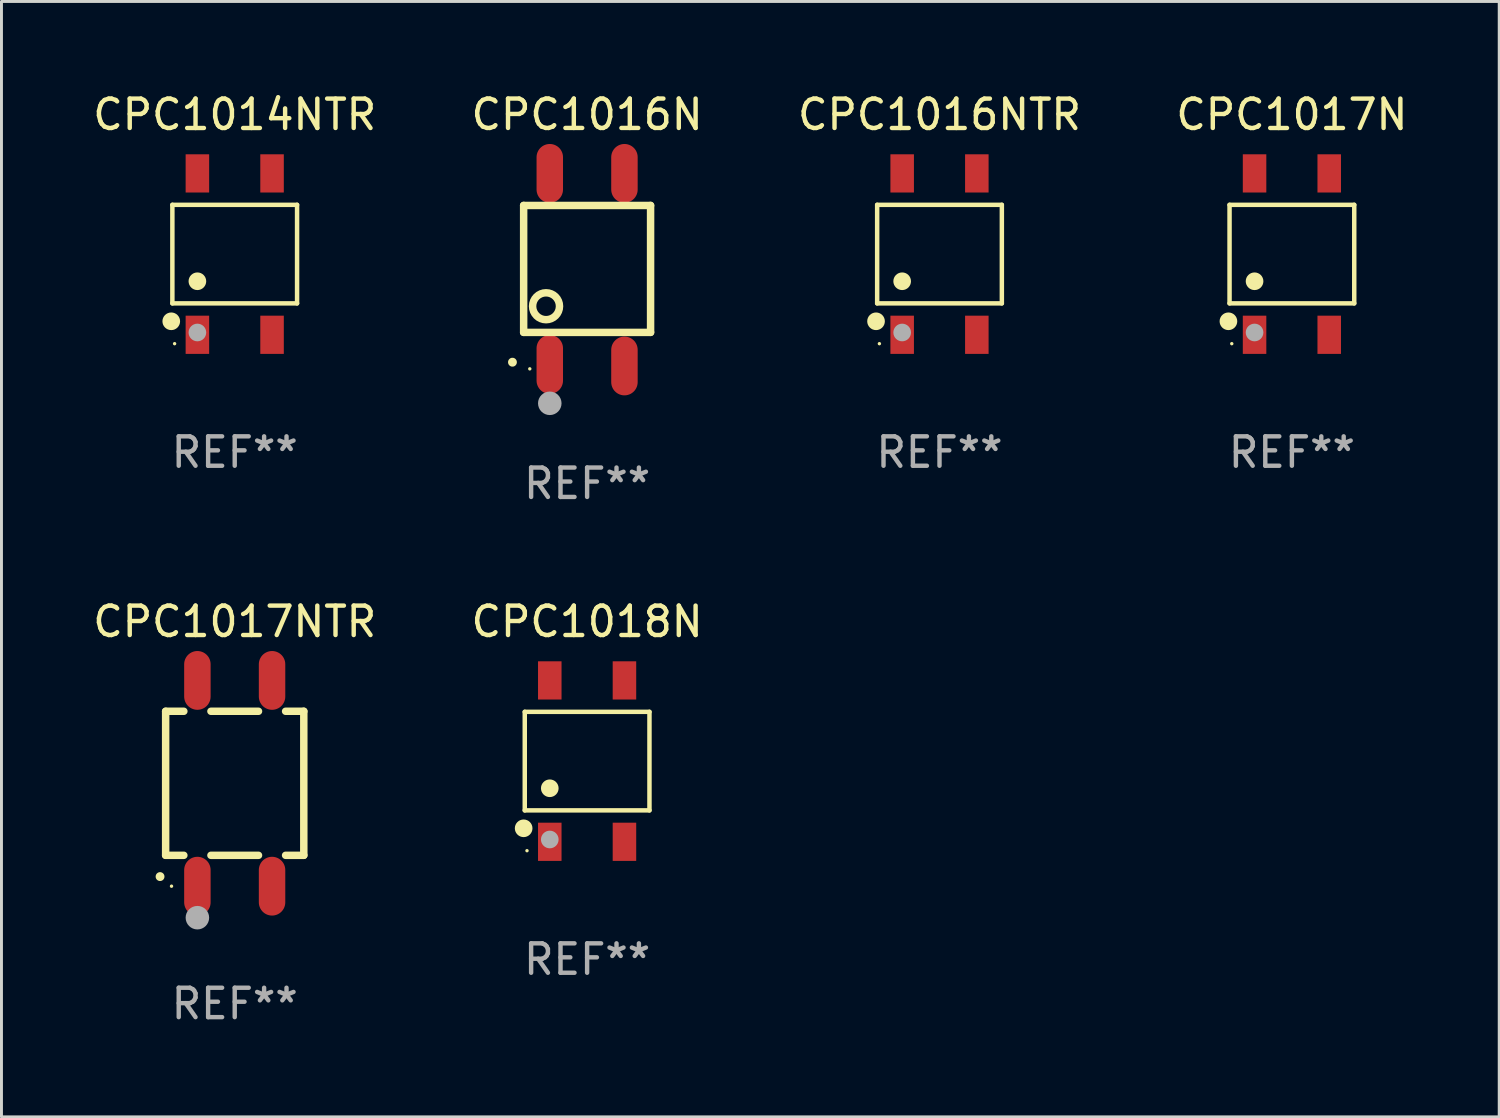
<source format=kicad_pcb>
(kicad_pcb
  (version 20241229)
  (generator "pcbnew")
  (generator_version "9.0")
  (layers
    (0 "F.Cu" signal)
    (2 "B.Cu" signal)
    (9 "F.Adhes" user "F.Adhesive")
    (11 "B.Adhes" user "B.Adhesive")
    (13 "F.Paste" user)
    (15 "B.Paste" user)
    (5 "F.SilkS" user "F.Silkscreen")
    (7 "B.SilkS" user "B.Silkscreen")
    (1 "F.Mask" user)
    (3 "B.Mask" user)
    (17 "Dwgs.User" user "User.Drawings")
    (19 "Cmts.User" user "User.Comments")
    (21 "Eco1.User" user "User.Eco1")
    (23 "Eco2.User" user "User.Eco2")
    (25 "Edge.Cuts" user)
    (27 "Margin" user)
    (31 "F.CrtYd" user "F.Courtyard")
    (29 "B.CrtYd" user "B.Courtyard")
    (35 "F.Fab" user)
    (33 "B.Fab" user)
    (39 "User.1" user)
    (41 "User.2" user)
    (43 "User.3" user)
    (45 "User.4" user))
  (footprint "CPC1018N"
    (layer "F.Cu")
    (at 16.923 22.842)
    (property "Reference" "CPC1018N" (at 0 -4.745 0) (layer "F.SilkS") (effects (font (size 1 1) (thickness 0.15))))
    (attr through_hole)
    (fp_line (start -2.121 -1.676) (end 2.121 -1.676) (stroke (width 0.152) (type solid)) (layer "F.SilkS"))
    (fp_line (start -2.121 1.676) (end -2.121 -1.676) (stroke (width 0.152) (type solid)) (layer "F.SilkS"))
    (fp_line (start 2.121 -1.676) (end 2.121 1.676) (stroke (width 0.152) (type solid)) (layer "F.SilkS"))
    (fp_line (start 2.121 1.676) (end -2.121 1.676) (stroke (width 0.152) (type solid)) (layer "F.SilkS"))
    (fp_circle (center -2.159 2.286) (end -2.009 2.286) (stroke (width 0.3) (type solid)) (fill no) (layer "F.SilkS"))
    (fp_circle (center -2.045 3.048) (end -2.015 3.048) (stroke (width 0.06) (type solid)) (fill no) (layer "F.SilkS"))
    (fp_circle (center -1.27 0.924) (end -1.12 0.924) (stroke (width 0.3) (type solid)) (fill no) (layer "F.SilkS"))
    (fp_circle (center -1.27 2.667) (end -1.12 2.667) (stroke (width 0.3) (type solid)) (fill no) (layer "F.Fab"))
    (fp_text user "REF**" (at 0 6.745 0) (layer "F.Fab") (effects (font (size 1 1) (thickness 0.15))))
    (pad "1" smd rect (at -1.27 2.745) (size 0.8 1.3) (layers "F.Cu" "F.Mask" "F.Paste"))
    (pad "2" smd rect (at 1.27 2.745) (size 0.8 1.3) (layers "F.Cu" "F.Mask" "F.Paste"))
    (pad "3" smd rect (at 1.27 -2.745) (size 0.8 1.3) (layers "F.Cu" "F.Mask" "F.Paste"))
    (pad "4" smd rect (at -1.27 -2.745) (size 0.8 1.3) (layers "F.Cu" "F.Mask" "F.Paste")))
  (footprint "CPC1016N"
    (layer "F.Cu")
    (at 16.923 6.124)
    (property "Reference" "CPC1016N" (at 0 -5.276 0) (layer "F.SilkS") (effects (font (size 1 1) (thickness 0.15))))
    (attr through_hole)
    (fp_line (start -2.159 -2.185) (end -2.159 2.133) (stroke (width 0.254) (type solid)) (layer "F.SilkS"))
    (fp_line (start -2.159 2.133) (end 2.159 2.133) (stroke (width 0.254) (type solid)) (layer "F.SilkS"))
    (fp_line (start 2.159 -2.185) (end -2.159 -2.185) (stroke (width 0.254) (type solid)) (layer "F.SilkS"))
    (fp_line (start 2.159 2.133) (end 2.159 -2.185) (stroke (width 0.254) (type solid)) (layer "F.SilkS"))
    (fp_arc (start -2.540005 3.148895) (mid -2.54001 3.147625) (end -2.540005 3.146355) (stroke (width 0.3) (type solid)) (layer "F.SilkS"))
    (fp_circle (center -1.95 3.374) (end -1.92 3.374) (stroke (width 0.06) (type solid)) (fill no) (layer "F.SilkS"))
    (fp_circle (center -1.397 1.244) (end -0.939 1.244) (stroke (width 0.254) (type solid)) (fill no) (layer "F.SilkS"))
    (fp_circle (center -1.27 4.546) (end -1.07 4.546) (stroke (width 0.4) (type solid)) (fill no) (layer "F.Fab"))
    (fp_text user "REF**" (at 0 7.276 0) (layer "F.Fab") (effects (font (size 1 1) (thickness 0.15))))
    (pad "1" smd oval (at -1.27 3.224) (size 0.9 2) (layers "F.Cu" "F.Mask" "F.Paste"))
    (pad "2" smd oval (at 1.27 3.276) (size 0.9 2) (layers "F.Cu" "F.Mask" "F.Paste"))
    (pad "3" smd oval (at 1.27 -3.276) (size 0.9 2) (layers "F.Cu" "F.Mask" "F.Paste"))
    (pad "4" smd oval (at -1.27 -3.276) (size 0.9 2) (layers "F.Cu" "F.Mask" "F.Paste")))
  (footprint "CPC1017N"
    (layer "F.Cu")
    (at 40.899 5.594)
    (property "Reference" "CPC1017N" (at 0 -4.745 0) (layer "F.SilkS") (effects (font (size 1 1) (thickness 0.15))))
    (attr through_hole)
    (fp_line (start -2.121 -1.676) (end 2.121 -1.676) (stroke (width 0.152) (type solid)) (layer "F.SilkS"))
    (fp_line (start -2.121 1.676) (end -2.121 -1.676) (stroke (width 0.152) (type solid)) (layer "F.SilkS"))
    (fp_line (start 2.121 -1.676) (end 2.121 1.676) (stroke (width 0.152) (type solid)) (layer "F.SilkS"))
    (fp_line (start 2.121 1.676) (end -2.121 1.676) (stroke (width 0.152) (type solid)) (layer "F.SilkS"))
    (fp_circle (center -2.159 2.286) (end -2.009 2.286) (stroke (width 0.3) (type solid)) (fill no) (layer "F.SilkS"))
    (fp_circle (center -2.045 3.048) (end -2.015 3.048) (stroke (width 0.06) (type solid)) (fill no) (layer "F.SilkS"))
    (fp_circle (center -1.27 0.924) (end -1.12 0.924) (stroke (width 0.3) (type solid)) (fill no) (layer "F.SilkS"))
    (fp_circle (center -1.27 2.667) (end -1.12 2.667) (stroke (width 0.3) (type solid)) (fill no) (layer "F.Fab"))
    (fp_text user "REF**" (at 0 6.745 0) (layer "F.Fab") (effects (font (size 1 1) (thickness 0.15))))
    (pad "1" smd rect (at -1.27 2.745) (size 0.8 1.3) (layers "F.Cu" "F.Mask" "F.Paste"))
    (pad "2" smd rect (at 1.27 2.745) (size 0.8 1.3) (layers "F.Cu" "F.Mask" "F.Paste"))
    (pad "3" smd rect (at 1.27 -2.745) (size 0.8 1.3) (layers "F.Cu" "F.Mask" "F.Paste"))
    (pad "4" smd rect (at -1.27 -2.745) (size 0.8 1.3) (layers "F.Cu" "F.Mask" "F.Paste")))
  (footprint "CPC1017NTR"
    (layer "F.Cu")
    (at 4.935 23.597)
    (property "Reference" "CPC1017NTR" (at 0 -5.5 0) (layer "F.SilkS") (effects (font (size 1 1) (thickness 0.15))))
    (attr through_hole)
    (fp_line (start -2.35 -2.45) (end -2.35 2.45) (stroke (width 0.254) (type solid)) (layer "F.SilkS"))
    (fp_line (start -2.35 -2.45) (end -1.731 -2.45) (stroke (width 0.254) (type solid)) (layer "F.SilkS"))
    (fp_line (start -2.35 2.45) (end -1.731 2.45) (stroke (width 0.254) (type solid)) (layer "F.SilkS"))
    (fp_line (start -0.809 -2.45) (end 0.809 -2.45) (stroke (width 0.254) (type solid)) (layer "F.SilkS"))
    (fp_line (start -0.809 2.45) (end 0.809 2.45) (stroke (width 0.254) (type solid)) (layer "F.SilkS"))
    (fp_line (start 1.731 -2.45) (end 2.35 -2.45) (stroke (width 0.254) (type solid)) (layer "F.SilkS"))
    (fp_line (start 1.731 2.45) (end 2.35 2.45) (stroke (width 0.254) (type solid)) (layer "F.SilkS"))
    (fp_line (start 2.35 -2.45) (end 2.35 2.45) (stroke (width 0.254) (type solid)) (layer "F.SilkS"))
    (fp_arc (start -2.540005 3.174879) (mid -2.54001 3.173609) (end -2.540005 3.172339) (stroke (width 0.3) (type solid)) (layer "F.SilkS"))
    (fp_circle (center -2.15 3.5) (end -2.12 3.5) (stroke (width 0.06) (type solid)) (fill no) (layer "F.SilkS"))
    (fp_circle (center -1.27 4.572) (end -1.07 4.572) (stroke (width 0.4) (type solid)) (fill no) (layer "F.Fab"))
    (fp_text user "REF**" (at 0 7.5 0) (layer "F.Fab") (effects (font (size 1 1) (thickness 0.15))))
    (pad "1" smd oval (at -1.27 3.5 180) (size 0.9 2) (layers "F.Cu" "F.Mask" "F.Paste"))
    (pad "2" smd oval (at 1.27 3.5 180) (size 0.9 2) (layers "F.Cu" "F.Mask" "F.Paste"))
    (pad "3" smd oval (at 1.27 -3.5 180) (size 0.9 2) (layers "F.Cu" "F.Mask" "F.Paste"))
    (pad "4" smd oval (at -1.27 -3.5 180) (size 0.9 2) (layers "F.Cu" "F.Mask" "F.Paste")))
  (footprint "CPC1014NTR"
    (layer "F.Cu")
    (at 4.935 5.594)
    (property "Reference" "CPC1014NTR" (at 0 -4.745 0) (layer "F.SilkS") (effects (font (size 1 1) (thickness 0.15))))
    (attr through_hole)
    (fp_line (start -2.121 -1.676) (end 2.121 -1.676) (stroke (width 0.152) (type solid)) (layer "F.SilkS"))
    (fp_line (start -2.121 1.676) (end -2.121 -1.676) (stroke (width 0.152) (type solid)) (layer "F.SilkS"))
    (fp_line (start 2.121 -1.676) (end 2.121 1.676) (stroke (width 0.152) (type solid)) (layer "F.SilkS"))
    (fp_line (start 2.121 1.676) (end -2.121 1.676) (stroke (width 0.152) (type solid)) (layer "F.SilkS"))
    (fp_circle (center -2.159 2.286) (end -2.009 2.286) (stroke (width 0.3) (type solid)) (fill no) (layer "F.SilkS"))
    (fp_circle (center -2.045 3.048) (end -2.015 3.048) (stroke (width 0.06) (type solid)) (fill no) (layer "F.SilkS"))
    (fp_circle (center -1.27 0.924) (end -1.12 0.924) (stroke (width 0.3) (type solid)) (fill no) (layer "F.SilkS"))
    (fp_circle (center -1.27 2.667) (end -1.12 2.667) (stroke (width 0.3) (type solid)) (fill no) (layer "F.Fab"))
    (fp_text user "REF**" (at 0 6.745 0) (layer "F.Fab") (effects (font (size 1 1) (thickness 0.15))))
    (pad "1" smd rect (at -1.27 2.745) (size 0.8 1.3) (layers "F.Cu" "F.Mask" "F.Paste"))
    (pad "2" smd rect (at 1.27 2.745) (size 0.8 1.3) (layers "F.Cu" "F.Mask" "F.Paste"))
    (pad "3" smd rect (at 1.27 -2.745) (size 0.8 1.3) (layers "F.Cu" "F.Mask" "F.Paste"))
    (pad "4" smd rect (at -1.27 -2.745) (size 0.8 1.3) (layers "F.Cu" "F.Mask" "F.Paste")))
  (footprint "CPC1016NTR"
    (layer "F.Cu")
    (at 28.911 5.594)
    (property "Reference" "CPC1016NTR" (at 0 -4.745 0) (layer "F.SilkS") (effects (font (size 1 1) (thickness 0.15))))
    (attr through_hole)
    (fp_line (start -2.121 -1.676) (end 2.121 -1.676) (stroke (width 0.152) (type solid)) (layer "F.SilkS"))
    (fp_line (start -2.121 1.676) (end -2.121 -1.676) (stroke (width 0.152) (type solid)) (layer "F.SilkS"))
    (fp_line (start 2.121 -1.676) (end 2.121 1.676) (stroke (width 0.152) (type solid)) (layer "F.SilkS"))
    (fp_line (start 2.121 1.676) (end -2.121 1.676) (stroke (width 0.152) (type solid)) (layer "F.SilkS"))
    (fp_circle (center -2.159 2.286) (end -2.009 2.286) (stroke (width 0.3) (type solid)) (fill no) (layer "F.SilkS"))
    (fp_circle (center -2.045 3.048) (end -2.015 3.048) (stroke (width 0.06) (type solid)) (fill no) (layer "F.SilkS"))
    (fp_circle (center -1.27 0.924) (end -1.12 0.924) (stroke (width 0.3) (type solid)) (fill no) (layer "F.SilkS"))
    (fp_circle (center -1.27 2.667) (end -1.12 2.667) (stroke (width 0.3) (type solid)) (fill no) (layer "F.Fab"))
    (fp_text user "REF**" (at 0 6.745 0) (layer "F.Fab") (effects (font (size 1 1) (thickness 0.15))))
    (pad "1" smd rect (at -1.27 2.745) (size 0.8 1.3) (layers "F.Cu" "F.Mask" "F.Paste"))
    (pad "2" smd rect (at 1.27 2.745) (size 0.8 1.3) (layers "F.Cu" "F.Mask" "F.Paste"))
    (pad "3" smd rect (at 1.27 -2.745) (size 0.8 1.3) (layers "F.Cu" "F.Mask" "F.Paste"))
    (pad "4" smd rect (at -1.27 -2.745) (size 0.8 1.3) (layers "F.Cu" "F.Mask" "F.Paste")))
  (gr_rect
    (start -3 -3)
    (end 47.952 34.945)
    (stroke (width 0.1) (type default))
    (fill no)
    (layer "Edge.Cuts")))
</source>
